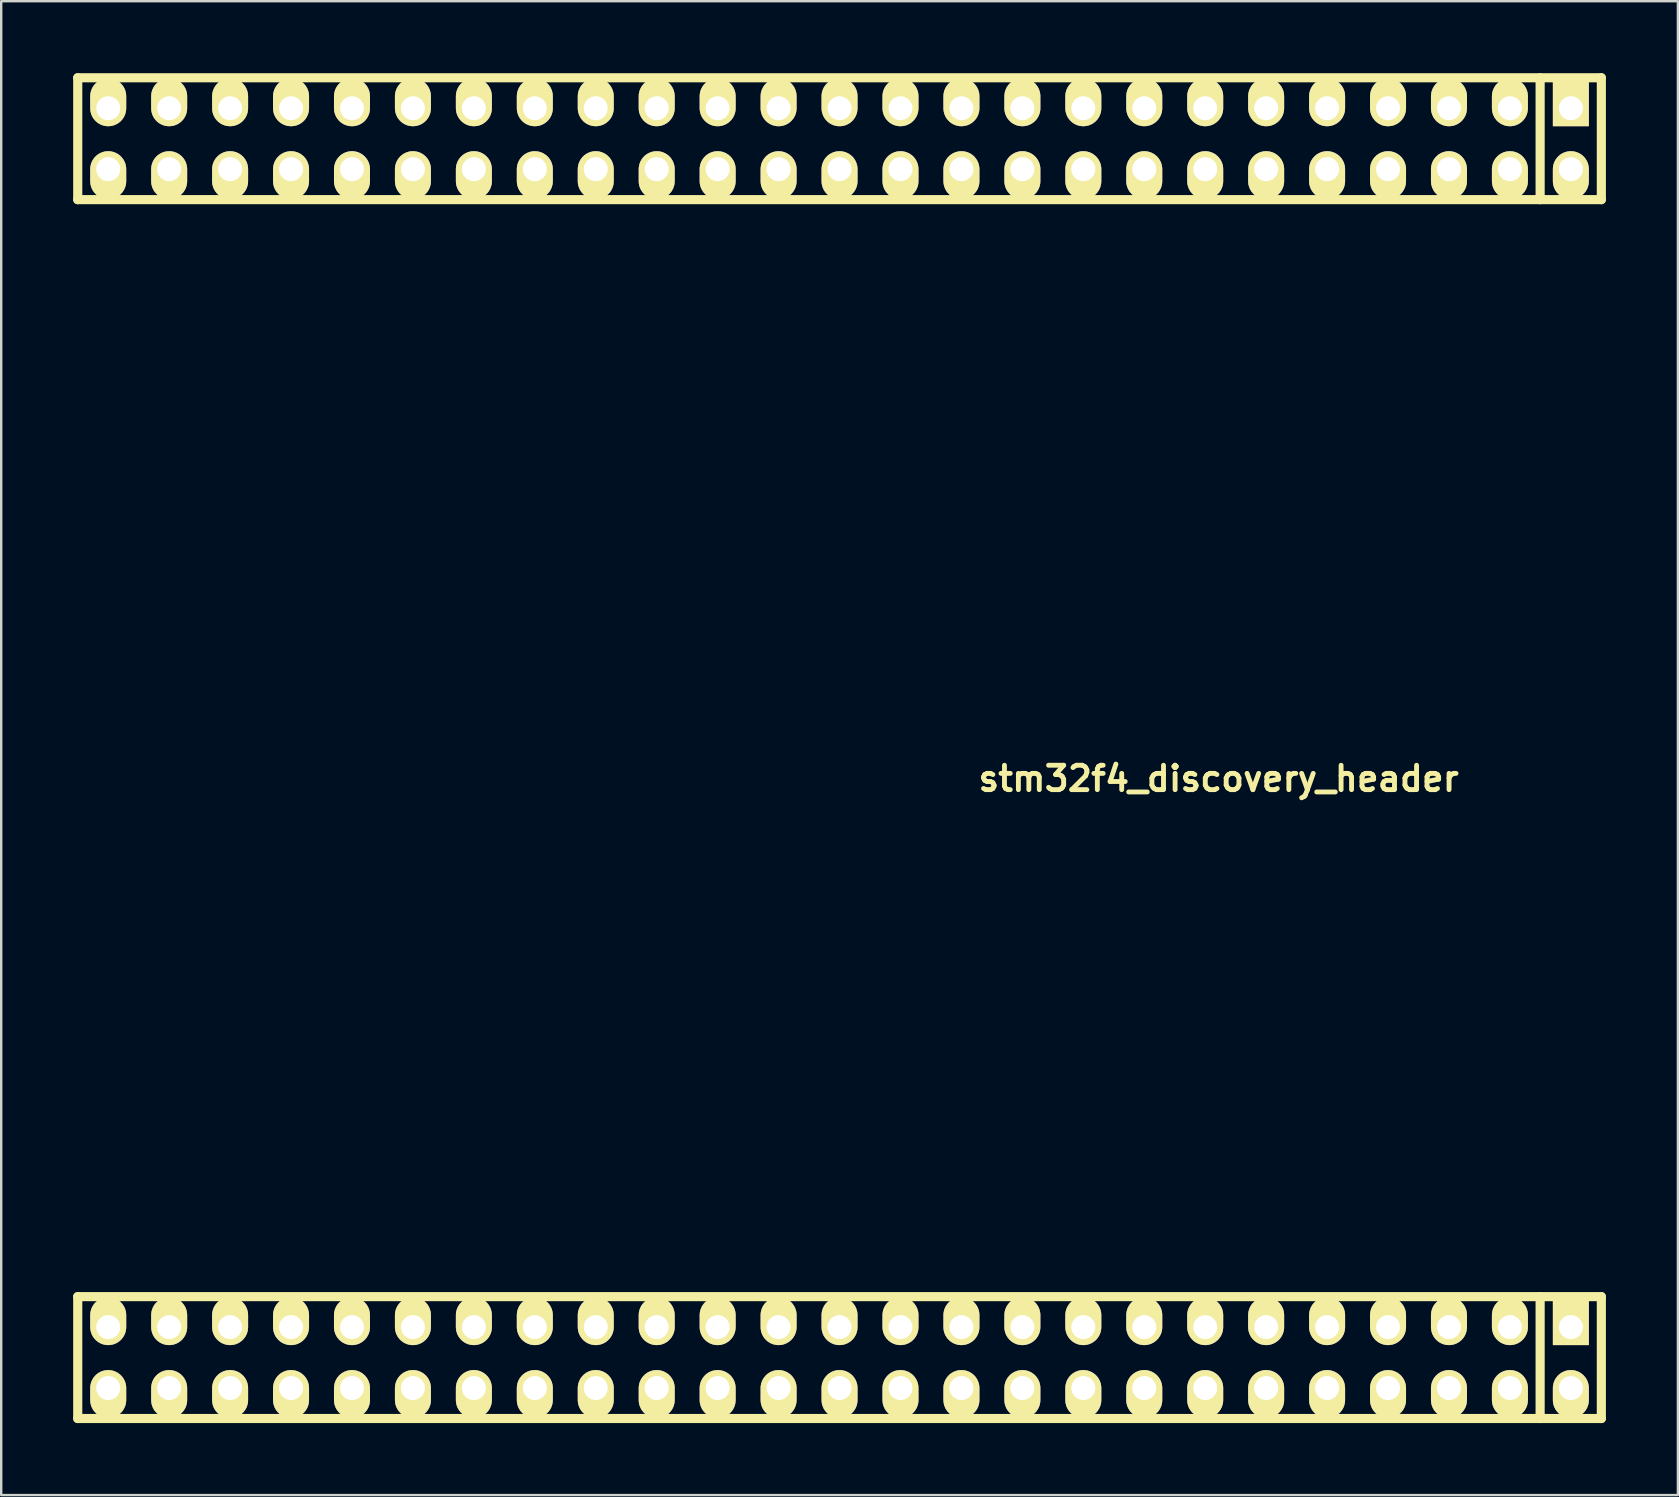
<source format=kicad_pcb>
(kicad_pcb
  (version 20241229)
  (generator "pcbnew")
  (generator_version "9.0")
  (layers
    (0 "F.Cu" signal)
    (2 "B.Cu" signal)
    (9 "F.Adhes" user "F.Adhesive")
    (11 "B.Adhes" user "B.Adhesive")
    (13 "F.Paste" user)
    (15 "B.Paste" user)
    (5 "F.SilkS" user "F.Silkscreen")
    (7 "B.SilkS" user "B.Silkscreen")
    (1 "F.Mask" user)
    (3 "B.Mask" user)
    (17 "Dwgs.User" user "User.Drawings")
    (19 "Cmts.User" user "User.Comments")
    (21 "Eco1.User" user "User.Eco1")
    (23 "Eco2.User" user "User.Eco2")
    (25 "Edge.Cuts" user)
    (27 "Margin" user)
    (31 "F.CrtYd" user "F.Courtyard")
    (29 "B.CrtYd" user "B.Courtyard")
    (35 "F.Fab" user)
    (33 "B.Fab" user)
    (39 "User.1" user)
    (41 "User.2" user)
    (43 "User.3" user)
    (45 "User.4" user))
  (footprint "stm32f4_discovery_header"
    (layer "F.Cu")
    (at 47.74 28.131)
    (property "Reference" "stm32f4_discovery_header" (at 0 1.27 0) (layer "F.SilkS") (effects (font (size 1.016 1.016) (thickness 0.203))))
    (attr through_hole)
    (fp_line (start -47.55 -27.94) (end -47.55 -22.86) (stroke (width 0.381) (type solid)) (layer "F.SilkS"))
    (fp_line (start -47.55 -27.94) (end 15.95 -27.94) (stroke (width 0.381) (type solid)) (layer "F.SilkS"))
    (fp_line (start -47.55 -22.86) (end 15.95 -22.86) (stroke (width 0.381) (type solid)) (layer "F.SilkS"))
    (fp_line (start -47.55 22.86) (end -47.55 27.94) (stroke (width 0.381) (type solid)) (layer "F.SilkS"))
    (fp_line (start -47.55 22.86) (end 15.95 22.86) (stroke (width 0.381) (type solid)) (layer "F.SilkS"))
    (fp_line (start -47.55 27.94) (end 15.95 27.94) (stroke (width 0.381) (type solid)) (layer "F.SilkS"))
    (fp_line (start 13.399 -27.94) (end 13.399 -22.86) (stroke (width 0.381) (type solid)) (layer "F.SilkS"))
    (fp_line (start 13.399 22.86) (end 13.399 27.94) (stroke (width 0.381) (type solid)) (layer "F.SilkS"))
    (fp_line (start 15.95 -27.94) (end 15.95 -22.86) (stroke (width 0.381) (type solid)) (layer "F.SilkS"))
    (fp_line (start 15.95 22.86) (end 15.95 27.94) (stroke (width 0.381) (type solid)) (layer "F.SilkS"))
    (pad "1" thru_hole rect (at 14.68 -26.67) (size 1.5 2) (drill 1.001 (offset 0 -0.25)) (layers "*.Cu" "*.Mask" "F.SilkS"))
    (pad "2" thru_hole oval (at 14.68 -24.13) (size 1.5 2) (drill 1.001 (offset 0 0.25)) (layers "*.Cu" "*.Mask" "F.SilkS"))
    (pad "3" thru_hole oval (at 12.14 -26.67) (size 1.5 2) (drill 0.998 (offset 0 -0.25)) (layers "*.Cu" "*.Mask" "F.SilkS"))
    (pad "4" thru_hole oval (at 12.14 -24.13) (size 1.5 2) (drill 1.001 (offset 0 0.25)) (layers "*.Cu" "*.Mask" "F.SilkS"))
    (pad "5" thru_hole oval (at 9.6 -26.67) (size 1.5 2) (drill 0.998 (offset 0 -0.25)) (layers "*.Cu" "*.Mask" "F.SilkS"))
    (pad "6" thru_hole oval (at 9.6 -24.13) (size 1.5 2) (drill 1.001 (offset 0 0.25)) (layers "*.Cu" "*.Mask" "F.SilkS"))
    (pad "7" thru_hole oval (at 7.06 -26.67) (size 1.5 2) (drill 0.998 (offset 0 -0.25)) (layers "*.Cu" "*.Mask" "F.SilkS"))
    (pad "8" thru_hole oval (at 7.06 -24.13) (size 1.5 2) (drill 1.001 (offset 0 0.25)) (layers "*.Cu" "*.Mask" "F.SilkS"))
    (pad "9" thru_hole oval (at 4.52 -26.67) (size 1.5 2) (drill 0.998 (offset 0 -0.25)) (layers "*.Cu" "*.Mask" "F.SilkS"))
    (pad "10" thru_hole oval (at 4.52 -24.13) (size 1.5 2) (drill 1.001 (offset 0 0.25)) (layers "*.Cu" "*.Mask" "F.SilkS"))
    (pad "11" thru_hole oval (at 1.98 -26.67) (size 1.5 2) (drill 0.998 (offset 0 -0.25)) (layers "*.Cu" "*.Mask" "F.SilkS"))
    (pad "12" thru_hole oval (at 1.98 -24.13) (size 1.5 2) (drill 1.001 (offset 0 0.25)) (layers "*.Cu" "*.Mask" "F.SilkS"))
    (pad "13" thru_hole oval (at -0.56 -26.67) (size 1.5 2) (drill 0.998 (offset 0 -0.25)) (layers "*.Cu" "*.Mask" "F.SilkS"))
    (pad "14" thru_hole oval (at -0.56 -24.13) (size 1.5 2) (drill 1.001 (offset 0 0.25)) (layers "*.Cu" "*.Mask" "F.SilkS"))
    (pad "15" thru_hole oval (at -3.1 -26.67) (size 1.5 2) (drill 0.998 (offset 0 -0.25)) (layers "*.Cu" "*.Mask" "F.SilkS"))
    (pad "16" thru_hole oval (at -3.1 -24.13) (size 1.5 2) (drill 1.001 (offset 0 0.25)) (layers "*.Cu" "*.Mask" "F.SilkS"))
    (pad "17" thru_hole oval (at -5.64 -26.67) (size 1.5 2) (drill 0.998 (offset 0 -0.25)) (layers "*.Cu" "*.Mask" "F.SilkS"))
    (pad "18" thru_hole oval (at -5.64 -24.13) (size 1.5 2) (drill 1.001 (offset 0 0.25)) (layers "*.Cu" "*.Mask" "F.SilkS"))
    (pad "19" thru_hole oval (at -8.18 -26.67) (size 1.5 2) (drill 0.998 (offset 0 -0.25)) (layers "*.Cu" "*.Mask" "F.SilkS"))
    (pad "20" thru_hole oval (at -8.18 -24.13) (size 1.5 2) (drill 1.001 (offset 0 0.25)) (layers "*.Cu" "*.Mask" "F.SilkS"))
    (pad "21" thru_hole oval (at -10.72 -26.67) (size 1.5 2) (drill 0.998 (offset 0 -0.25)) (layers "*.Cu" "*.Mask" "F.SilkS"))
    (pad "22" thru_hole oval (at -10.72 -24.13) (size 1.5 2) (drill 1.001 (offset 0 0.25)) (layers "*.Cu" "*.Mask" "F.SilkS"))
    (pad "23" thru_hole oval (at -13.26 -26.67) (size 1.5 2) (drill 0.998 (offset 0 -0.25)) (layers "*.Cu" "*.Mask" "F.SilkS"))
    (pad "24" thru_hole oval (at -13.26 -24.13) (size 1.5 2) (drill 1.001 (offset 0 0.25)) (layers "*.Cu" "*.Mask" "F.SilkS"))
    (pad "25" thru_hole oval (at -15.8 -26.67) (size 1.5 2) (drill 0.998 (offset 0 -0.25)) (layers "*.Cu" "*.Mask" "F.SilkS"))
    (pad "26" thru_hole oval (at -15.8 -24.13) (size 1.5 2) (drill 1.001 (offset 0 0.25)) (layers "*.Cu" "*.Mask" "F.SilkS"))
    (pad "27" thru_hole oval (at -18.34 -26.67) (size 1.5 2) (drill 0.998 (offset 0 -0.25)) (layers "*.Cu" "*.Mask" "F.SilkS"))
    (pad "28" thru_hole oval (at -18.34 -24.13) (size 1.5 2) (drill 1.001 (offset 0 0.25)) (layers "*.Cu" "*.Mask" "F.SilkS"))
    (pad "29" thru_hole oval (at -20.88 -26.67) (size 1.5 2) (drill 0.998 (offset 0 -0.25)) (layers "*.Cu" "*.Mask" "F.SilkS"))
    (pad "30" thru_hole oval (at -20.88 -24.13) (size 1.5 2) (drill 1.001 (offset 0 0.25)) (layers "*.Cu" "*.Mask" "F.SilkS"))
    (pad "31" thru_hole oval (at -23.42 -26.67) (size 1.5 2) (drill 0.998 (offset 0 -0.25)) (layers "*.Cu" "*.Mask" "F.SilkS"))
    (pad "32" thru_hole oval (at -23.42 -24.13) (size 1.5 2) (drill 1.001 (offset 0 0.25)) (layers "*.Cu" "*.Mask" "F.SilkS"))
    (pad "33" thru_hole oval (at -25.96 -26.67) (size 1.5 2) (drill 0.998 (offset 0 -0.25)) (layers "*.Cu" "*.Mask" "F.SilkS"))
    (pad "34" thru_hole oval (at -25.96 -24.13) (size 1.5 2) (drill 1.001 (offset 0 0.25)) (layers "*.Cu" "*.Mask" "F.SilkS"))
    (pad "35" thru_hole oval (at -28.5 -26.67) (size 1.5 2) (drill 0.998 (offset 0 -0.25)) (layers "*.Cu" "*.Mask" "F.SilkS"))
    (pad "36" thru_hole oval (at -28.5 -24.13) (size 1.5 2) (drill 1.001 (offset 0 0.25)) (layers "*.Cu" "*.Mask" "F.SilkS"))
    (pad "37" thru_hole oval (at -31.04 -26.67) (size 1.5 2) (drill 0.998 (offset 0 -0.25)) (layers "*.Cu" "*.Mask" "F.SilkS"))
    (pad "38" thru_hole oval (at -31.04 -24.13) (size 1.5 2) (drill 1.001 (offset 0 0.25)) (layers "*.Cu" "*.Mask" "F.SilkS"))
    (pad "39" thru_hole oval (at -33.58 -26.67) (size 1.5 2) (drill 0.998 (offset 0 -0.25)) (layers "*.Cu" "*.Mask" "F.SilkS"))
    (pad "40" thru_hole oval (at -33.58 -24.13) (size 1.5 2) (drill 1.001 (offset 0 0.25)) (layers "*.Cu" "*.Mask" "F.SilkS"))
    (pad "41" thru_hole oval (at -36.12 -26.67) (size 1.5 2) (drill 0.998 (offset 0 -0.25)) (layers "*.Cu" "*.Mask" "F.SilkS"))
    (pad "42" thru_hole oval (at -36.12 -24.13) (size 1.5 2) (drill 1.001 (offset 0 0.25)) (layers "*.Cu" "*.Mask" "F.SilkS"))
    (pad "43" thru_hole oval (at -38.66 -26.67) (size 1.5 2) (drill 0.998 (offset 0 -0.25)) (layers "*.Cu" "*.Mask" "F.SilkS"))
    (pad "44" thru_hole oval (at -38.66 -24.13) (size 1.5 2) (drill 1.001 (offset 0 0.25)) (layers "*.Cu" "*.Mask" "F.SilkS"))
    (pad "45" thru_hole oval (at -41.2 -26.67) (size 1.5 2) (drill 0.998 (offset 0 -0.25)) (layers "*.Cu" "*.Mask" "F.SilkS"))
    (pad "46" thru_hole oval (at -41.2 -24.13) (size 1.5 2) (drill 1.001 (offset 0 0.25)) (layers "*.Cu" "*.Mask" "F.SilkS"))
    (pad "47" thru_hole oval (at -43.74 -26.67) (size 1.5 2) (drill 0.998 (offset 0 -0.25)) (layers "*.Cu" "*.Mask" "F.SilkS"))
    (pad "48" thru_hole oval (at -43.74 -24.13) (size 1.5 2) (drill 1.001 (offset 0 0.25)) (layers "*.Cu" "*.Mask" "F.SilkS"))
    (pad "49" thru_hole oval (at -46.28 -26.67) (size 1.5 2) (drill 0.998 (offset 0 -0.25)) (layers "*.Cu" "*.Mask" "F.SilkS"))
    (pad "50" thru_hole oval (at -46.28 -24.13) (size 1.5 2) (drill 1.001 (offset 0 0.25)) (layers "*.Cu" "*.Mask" "F.SilkS"))
    (pad "51" thru_hole oval (at -46.28 24.13) (size 1.5 2) (drill 0.998 (offset 0 -0.25)) (layers "*.Cu" "*.Mask" "F.SilkS"))
    (pad "52" thru_hole oval (at -46.28 26.67) (size 1.5 2) (drill 1.001 (offset 0 0.25)) (layers "*.Cu" "*.Mask" "F.SilkS"))
    (pad "53" thru_hole oval (at -43.74 24.13) (size 1.5 2) (drill 0.998 (offset 0 -0.25)) (layers "*.Cu" "*.Mask" "F.SilkS"))
    (pad "54" thru_hole oval (at -43.74 26.67) (size 1.5 2) (drill 1.001 (offset 0 0.25)) (layers "*.Cu" "*.Mask" "F.SilkS"))
    (pad "55" thru_hole oval (at -41.2 24.13) (size 1.5 2) (drill 0.998 (offset 0 -0.25)) (layers "*.Cu" "*.Mask" "F.SilkS"))
    (pad "56" thru_hole oval (at -41.2 26.67) (size 1.5 2) (drill 1.001 (offset 0 0.25)) (layers "*.Cu" "*.Mask" "F.SilkS"))
    (pad "57" thru_hole oval (at -38.66 24.13) (size 1.5 2) (drill 0.998 (offset 0 -0.25)) (layers "*.Cu" "*.Mask" "F.SilkS"))
    (pad "58" thru_hole oval (at -38.66 26.67) (size 1.5 2) (drill 1.001 (offset 0 0.25)) (layers "*.Cu" "*.Mask" "F.SilkS"))
    (pad "59" thru_hole oval (at -36.12 24.13) (size 1.5 2) (drill 0.998 (offset 0 -0.25)) (layers "*.Cu" "*.Mask" "F.SilkS"))
    (pad "60" thru_hole oval (at -36.12 26.67) (size 1.5 2) (drill 1.001 (offset 0 0.25)) (layers "*.Cu" "*.Mask" "F.SilkS"))
    (pad "61" thru_hole oval (at -33.58 24.13) (size 1.5 2) (drill 0.998 (offset 0 -0.25)) (layers "*.Cu" "*.Mask" "F.SilkS"))
    (pad "62" thru_hole oval (at -33.58 26.67) (size 1.5 2) (drill 1.001 (offset 0 0.25)) (layers "*.Cu" "*.Mask" "F.SilkS"))
    (pad "63" thru_hole oval (at -31.04 24.13) (size 1.5 2) (drill 0.998 (offset 0 -0.25)) (layers "*.Cu" "*.Mask" "F.SilkS"))
    (pad "64" thru_hole oval (at -31.04 26.67) (size 1.5 2) (drill 1.001 (offset 0 0.25)) (layers "*.Cu" "*.Mask" "F.SilkS"))
    (pad "65" thru_hole oval (at -28.5 24.13) (size 1.5 2) (drill 0.998 (offset 0 -0.25)) (layers "*.Cu" "*.Mask" "F.SilkS"))
    (pad "66" thru_hole oval (at -28.5 26.67) (size 1.5 2) (drill 1.001 (offset 0 0.25)) (layers "*.Cu" "*.Mask" "F.SilkS"))
    (pad "67" thru_hole oval (at -25.96 24.13) (size 1.5 2) (drill 0.998 (offset 0 -0.25)) (layers "*.Cu" "*.Mask" "F.SilkS"))
    (pad "68" thru_hole oval (at -25.96 26.67) (size 1.5 2) (drill 1.001 (offset 0 0.25)) (layers "*.Cu" "*.Mask" "F.SilkS"))
    (pad "69" thru_hole oval (at -23.42 24.13) (size 1.5 2) (drill 0.998 (offset 0 -0.25)) (layers "*.Cu" "*.Mask" "F.SilkS"))
    (pad "70" thru_hole oval (at -23.42 26.67) (size 1.5 2) (drill 1.001 (offset 0 0.25)) (layers "*.Cu" "*.Mask" "F.SilkS"))
    (pad "71" thru_hole oval (at -20.88 24.13) (size 1.5 2) (drill 0.998 (offset 0 -0.25)) (layers "*.Cu" "*.Mask" "F.SilkS"))
    (pad "72" thru_hole oval (at -20.88 26.67) (size 1.5 2) (drill 1.001 (offset 0 0.25)) (layers "*.Cu" "*.Mask" "F.SilkS"))
    (pad "73" thru_hole oval (at -18.34 24.13) (size 1.5 2) (drill 0.998 (offset 0 -0.25)) (layers "*.Cu" "*.Mask" "F.SilkS"))
    (pad "74" thru_hole oval (at -18.34 26.67) (size 1.5 2) (drill 1.001 (offset 0 0.25)) (layers "*.Cu" "*.Mask" "F.SilkS"))
    (pad "75" thru_hole oval (at -15.8 24.13) (size 1.5 2) (drill 0.998 (offset 0 -0.25)) (layers "*.Cu" "*.Mask" "F.SilkS"))
    (pad "76" thru_hole oval (at -15.8 26.67) (size 1.5 2) (drill 1.001 (offset 0 0.25)) (layers "*.Cu" "*.Mask" "F.SilkS"))
    (pad "77" thru_hole oval (at -13.26 24.13) (size 1.5 2) (drill 0.998 (offset 0 -0.25)) (layers "*.Cu" "*.Mask" "F.SilkS"))
    (pad "78" thru_hole oval (at -13.26 26.67) (size 1.5 2) (drill 1.001 (offset 0 0.25)) (layers "*.Cu" "*.Mask" "F.SilkS"))
    (pad "79" thru_hole oval (at -10.72 24.13) (size 1.5 2) (drill 0.998 (offset 0 -0.25)) (layers "*.Cu" "*.Mask" "F.SilkS"))
    (pad "80" thru_hole oval (at -10.72 26.67) (size 1.5 2) (drill 1.001 (offset 0 0.25)) (layers "*.Cu" "*.Mask" "F.SilkS"))
    (pad "81" thru_hole oval (at -8.18 24.13) (size 1.5 2) (drill 0.998 (offset 0 -0.25)) (layers "*.Cu" "*.Mask" "F.SilkS"))
    (pad "82" thru_hole oval (at -8.18 26.67) (size 1.5 2) (drill 1.001 (offset 0 0.25)) (layers "*.Cu" "*.Mask" "F.SilkS"))
    (pad "83" thru_hole oval (at -5.64 24.13) (size 1.5 2) (drill 0.998 (offset 0 -0.25)) (layers "*.Cu" "*.Mask" "F.SilkS"))
    (pad "84" thru_hole oval (at -5.64 26.67) (size 1.5 2) (drill 1.001 (offset 0 0.25)) (layers "*.Cu" "*.Mask" "F.SilkS"))
    (pad "85" thru_hole oval (at -3.1 24.13) (size 1.5 2) (drill 0.998 (offset 0 -0.25)) (layers "*.Cu" "*.Mask" "F.SilkS"))
    (pad "86" thru_hole oval (at -3.1 26.67) (size 1.5 2) (drill 1.001 (offset 0 0.25)) (layers "*.Cu" "*.Mask" "F.SilkS"))
    (pad "87" thru_hole oval (at -0.56 24.13) (size 1.5 2) (drill 0.998 (offset 0 -0.25)) (layers "*.Cu" "*.Mask" "F.SilkS"))
    (pad "88" thru_hole oval (at -0.56 26.67) (size 1.5 2) (drill 1.001 (offset 0 0.25)) (layers "*.Cu" "*.Mask" "F.SilkS"))
    (pad "89" thru_hole oval (at 1.98 24.13) (size 1.5 2) (drill 0.998 (offset 0 -0.25)) (layers "*.Cu" "*.Mask" "F.SilkS"))
    (pad "90" thru_hole oval (at 1.98 26.67) (size 1.5 2) (drill 1.001 (offset 0 0.25)) (layers "*.Cu" "*.Mask" "F.SilkS"))
    (pad "91" thru_hole oval (at 4.52 24.13) (size 1.5 2) (drill 0.998 (offset 0 -0.25)) (layers "*.Cu" "*.Mask" "F.SilkS"))
    (pad "92" thru_hole oval (at 4.52 26.67) (size 1.5 2) (drill 1.001 (offset 0 0.25)) (layers "*.Cu" "*.Mask" "F.SilkS"))
    (pad "93" thru_hole oval (at 7.06 24.13) (size 1.5 2) (drill 0.998 (offset 0 -0.25)) (layers "*.Cu" "*.Mask" "F.SilkS"))
    (pad "94" thru_hole oval (at 7.06 26.67) (size 1.5 2) (drill 1.001 (offset 0 0.25)) (layers "*.Cu" "*.Mask" "F.SilkS"))
    (pad "95" thru_hole oval (at 9.6 24.13) (size 1.5 2) (drill 0.998 (offset 0 -0.25)) (layers "*.Cu" "*.Mask" "F.SilkS"))
    (pad "96" thru_hole oval (at 9.6 26.67) (size 1.5 2) (drill 1.001 (offset 0 0.25)) (layers "*.Cu" "*.Mask" "F.SilkS"))
    (pad "97" thru_hole oval (at 12.14 24.13) (size 1.5 2) (drill 0.998 (offset 0 -0.25)) (layers "*.Cu" "*.Mask" "F.SilkS"))
    (pad "98" thru_hole oval (at 12.14 26.67) (size 1.5 2) (drill 1.001 (offset 0 0.25)) (layers "*.Cu" "*.Mask" "F.SilkS"))
    (pad "99" thru_hole rect (at 14.68 24.13) (size 1.5 2) (drill 1.001 (offset 0 -0.25)) (layers "*.Cu" "*.Mask" "F.SilkS"))
    (pad "100" thru_hole oval (at 14.68 26.67) (size 1.5 2) (drill 1.001 (offset 0 0.25)) (layers "*.Cu" "*.Mask" "F.SilkS")))
  (gr_rect
    (start -3 -3)
    (end 66.881 59.261)
    (stroke (width 0.1) (type default))
    (fill no)
    (layer "Edge.Cuts")))
</source>
